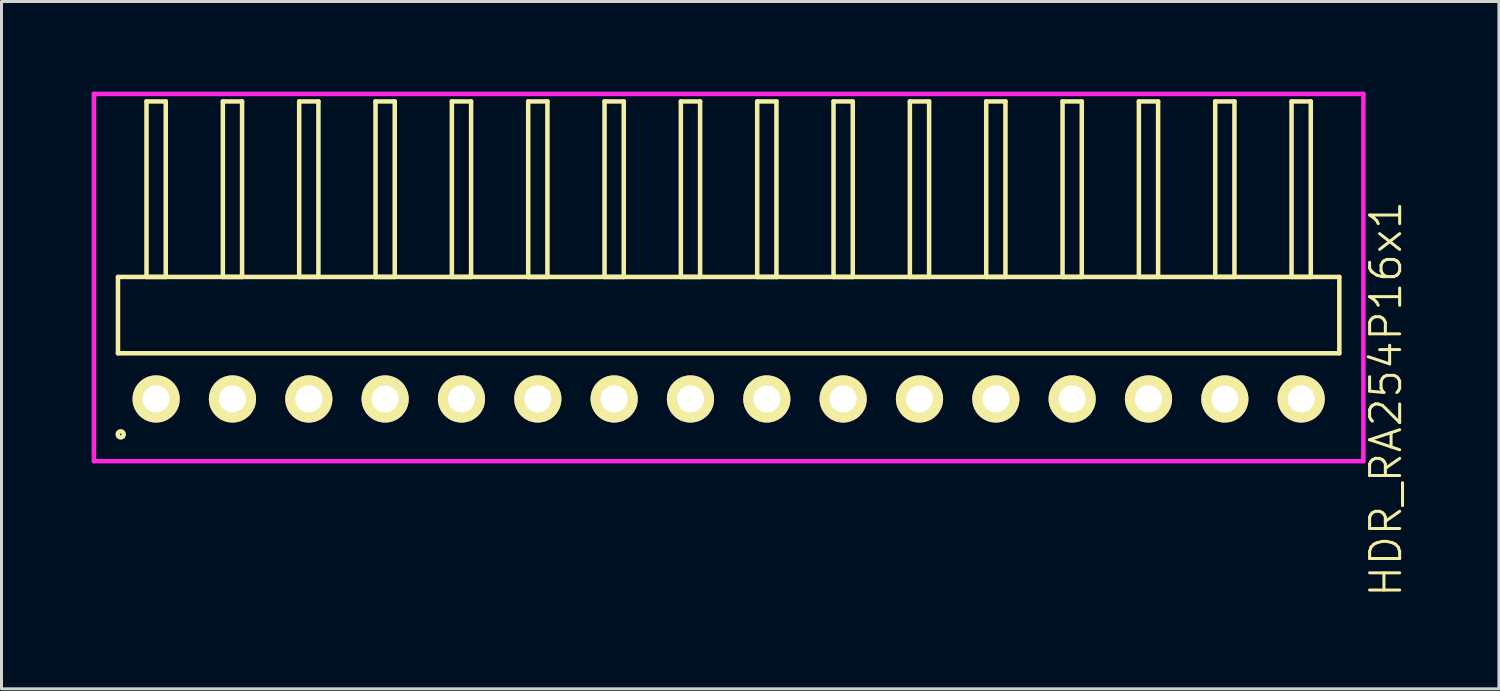
<source format=kicad_pcb>
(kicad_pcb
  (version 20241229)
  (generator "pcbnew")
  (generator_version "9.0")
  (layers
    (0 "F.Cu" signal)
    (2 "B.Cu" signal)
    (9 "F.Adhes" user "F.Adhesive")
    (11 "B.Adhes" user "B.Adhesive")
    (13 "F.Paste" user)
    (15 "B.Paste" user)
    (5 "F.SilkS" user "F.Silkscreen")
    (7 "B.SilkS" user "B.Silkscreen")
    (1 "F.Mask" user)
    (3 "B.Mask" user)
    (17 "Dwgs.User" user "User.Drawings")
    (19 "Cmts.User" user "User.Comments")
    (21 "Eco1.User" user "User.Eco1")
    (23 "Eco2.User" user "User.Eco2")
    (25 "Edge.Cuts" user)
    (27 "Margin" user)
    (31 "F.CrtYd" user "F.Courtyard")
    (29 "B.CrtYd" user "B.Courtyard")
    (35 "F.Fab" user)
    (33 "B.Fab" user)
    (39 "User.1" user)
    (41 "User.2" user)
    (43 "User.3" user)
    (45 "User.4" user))
  (footprint "HDR_RA254P16x1"
    (layer "F.Cu")
    (at 21.195 10.225)
    (property "Reference" "HDR_RA254P16x1" (at 21.87 0 90) (layer "F.SilkS") (effects (font (size 1 1) (thickness 0.1))))
    (attr through_hole)
    (fp_line (start -20.32 -4.06) (end -20.32 -1.52) (stroke (width 0.15) (type solid)) (layer "F.SilkS"))
    (fp_line (start -20.32 -1.52) (end 20.32 -1.52) (stroke (width 0.15) (type solid)) (layer "F.SilkS"))
    (fp_line (start -19.37 -9.9) (end -19.37 -4.06) (stroke (width 0.15) (type solid)) (layer "F.SilkS"))
    (fp_line (start -19.37 -4.06) (end -18.73 -4.06) (stroke (width 0.15) (type solid)) (layer "F.SilkS"))
    (fp_line (start -18.73 -9.9) (end -19.37 -9.9) (stroke (width 0.15) (type solid)) (layer "F.SilkS"))
    (fp_line (start -18.73 -4.06) (end -18.73 -9.9) (stroke (width 0.15) (type solid)) (layer "F.SilkS"))
    (fp_line (start -16.83 -9.9) (end -16.83 -4.06) (stroke (width 0.15) (type solid)) (layer "F.SilkS"))
    (fp_line (start -16.83 -4.06) (end -16.19 -4.06) (stroke (width 0.15) (type solid)) (layer "F.SilkS"))
    (fp_line (start -16.19 -9.9) (end -16.83 -9.9) (stroke (width 0.15) (type solid)) (layer "F.SilkS"))
    (fp_line (start -16.19 -4.06) (end -16.19 -9.9) (stroke (width 0.15) (type solid)) (layer "F.SilkS"))
    (fp_line (start -14.29 -9.9) (end -14.29 -4.06) (stroke (width 0.15) (type solid)) (layer "F.SilkS"))
    (fp_line (start -14.29 -4.06) (end -13.65 -4.06) (stroke (width 0.15) (type solid)) (layer "F.SilkS"))
    (fp_line (start -13.65 -9.9) (end -14.29 -9.9) (stroke (width 0.15) (type solid)) (layer "F.SilkS"))
    (fp_line (start -13.65 -4.06) (end -13.65 -9.9) (stroke (width 0.15) (type solid)) (layer "F.SilkS"))
    (fp_line (start -11.75 -9.9) (end -11.75 -4.06) (stroke (width 0.15) (type solid)) (layer "F.SilkS"))
    (fp_line (start -11.75 -4.06) (end -11.11 -4.06) (stroke (width 0.15) (type solid)) (layer "F.SilkS"))
    (fp_line (start -11.11 -9.9) (end -11.75 -9.9) (stroke (width 0.15) (type solid)) (layer "F.SilkS"))
    (fp_line (start -11.11 -4.06) (end -11.11 -9.9) (stroke (width 0.15) (type solid)) (layer "F.SilkS"))
    (fp_line (start -9.21 -9.9) (end -9.21 -4.06) (stroke (width 0.15) (type solid)) (layer "F.SilkS"))
    (fp_line (start -9.21 -4.06) (end -8.57 -4.06) (stroke (width 0.15) (type solid)) (layer "F.SilkS"))
    (fp_line (start -8.57 -9.9) (end -9.21 -9.9) (stroke (width 0.15) (type solid)) (layer "F.SilkS"))
    (fp_line (start -8.57 -4.06) (end -8.57 -9.9) (stroke (width 0.15) (type solid)) (layer "F.SilkS"))
    (fp_line (start -6.67 -9.9) (end -6.67 -4.06) (stroke (width 0.15) (type solid)) (layer "F.SilkS"))
    (fp_line (start -6.67 -4.06) (end -6.03 -4.06) (stroke (width 0.15) (type solid)) (layer "F.SilkS"))
    (fp_line (start -6.03 -9.9) (end -6.67 -9.9) (stroke (width 0.15) (type solid)) (layer "F.SilkS"))
    (fp_line (start -6.03 -4.06) (end -6.03 -9.9) (stroke (width 0.15) (type solid)) (layer "F.SilkS"))
    (fp_line (start -4.13 -9.9) (end -4.13 -4.06) (stroke (width 0.15) (type solid)) (layer "F.SilkS"))
    (fp_line (start -4.13 -4.06) (end -3.49 -4.06) (stroke (width 0.15) (type solid)) (layer "F.SilkS"))
    (fp_line (start -3.49 -9.9) (end -4.13 -9.9) (stroke (width 0.15) (type solid)) (layer "F.SilkS"))
    (fp_line (start -3.49 -4.06) (end -3.49 -9.9) (stroke (width 0.15) (type solid)) (layer "F.SilkS"))
    (fp_line (start -1.59 -9.9) (end -1.59 -4.06) (stroke (width 0.15) (type solid)) (layer "F.SilkS"))
    (fp_line (start -1.59 -4.06) (end -0.95 -4.06) (stroke (width 0.15) (type solid)) (layer "F.SilkS"))
    (fp_line (start -0.95 -9.9) (end -1.59 -9.9) (stroke (width 0.15) (type solid)) (layer "F.SilkS"))
    (fp_line (start -0.95 -4.06) (end -0.95 -9.9) (stroke (width 0.15) (type solid)) (layer "F.SilkS"))
    (fp_line (start 0.95 -9.9) (end 0.95 -4.06) (stroke (width 0.15) (type solid)) (layer "F.SilkS"))
    (fp_line (start 0.95 -4.06) (end 1.59 -4.06) (stroke (width 0.15) (type solid)) (layer "F.SilkS"))
    (fp_line (start 1.59 -9.9) (end 0.95 -9.9) (stroke (width 0.15) (type solid)) (layer "F.SilkS"))
    (fp_line (start 1.59 -4.06) (end 1.59 -9.9) (stroke (width 0.15) (type solid)) (layer "F.SilkS"))
    (fp_line (start 3.49 -9.9) (end 3.49 -4.06) (stroke (width 0.15) (type solid)) (layer "F.SilkS"))
    (fp_line (start 3.49 -4.06) (end 4.13 -4.06) (stroke (width 0.15) (type solid)) (layer "F.SilkS"))
    (fp_line (start 4.13 -9.9) (end 3.49 -9.9) (stroke (width 0.15) (type solid)) (layer "F.SilkS"))
    (fp_line (start 4.13 -4.06) (end 4.13 -9.9) (stroke (width 0.15) (type solid)) (layer "F.SilkS"))
    (fp_line (start 6.03 -9.9) (end 6.03 -4.06) (stroke (width 0.15) (type solid)) (layer "F.SilkS"))
    (fp_line (start 6.03 -4.06) (end 6.67 -4.06) (stroke (width 0.15) (type solid)) (layer "F.SilkS"))
    (fp_line (start 6.67 -9.9) (end 6.03 -9.9) (stroke (width 0.15) (type solid)) (layer "F.SilkS"))
    (fp_line (start 6.67 -4.06) (end 6.67 -9.9) (stroke (width 0.15) (type solid)) (layer "F.SilkS"))
    (fp_line (start 8.57 -9.9) (end 8.57 -4.06) (stroke (width 0.15) (type solid)) (layer "F.SilkS"))
    (fp_line (start 8.57 -4.06) (end 9.21 -4.06) (stroke (width 0.15) (type solid)) (layer "F.SilkS"))
    (fp_line (start 9.21 -9.9) (end 8.57 -9.9) (stroke (width 0.15) (type solid)) (layer "F.SilkS"))
    (fp_line (start 9.21 -4.06) (end 9.21 -9.9) (stroke (width 0.15) (type solid)) (layer "F.SilkS"))
    (fp_line (start 11.11 -9.9) (end 11.11 -4.06) (stroke (width 0.15) (type solid)) (layer "F.SilkS"))
    (fp_line (start 11.11 -4.06) (end 11.75 -4.06) (stroke (width 0.15) (type solid)) (layer "F.SilkS"))
    (fp_line (start 11.75 -9.9) (end 11.11 -9.9) (stroke (width 0.15) (type solid)) (layer "F.SilkS"))
    (fp_line (start 11.75 -4.06) (end 11.75 -9.9) (stroke (width 0.15) (type solid)) (layer "F.SilkS"))
    (fp_line (start 13.65 -9.9) (end 13.65 -4.06) (stroke (width 0.15) (type solid)) (layer "F.SilkS"))
    (fp_line (start 13.65 -4.06) (end 14.29 -4.06) (stroke (width 0.15) (type solid)) (layer "F.SilkS"))
    (fp_line (start 14.29 -9.9) (end 13.65 -9.9) (stroke (width 0.15) (type solid)) (layer "F.SilkS"))
    (fp_line (start 14.29 -4.06) (end 14.29 -9.9) (stroke (width 0.15) (type solid)) (layer "F.SilkS"))
    (fp_line (start 16.19 -9.9) (end 16.19 -4.06) (stroke (width 0.15) (type solid)) (layer "F.SilkS"))
    (fp_line (start 16.19 -4.06) (end 16.83 -4.06) (stroke (width 0.15) (type solid)) (layer "F.SilkS"))
    (fp_line (start 16.83 -9.9) (end 16.19 -9.9) (stroke (width 0.15) (type solid)) (layer "F.SilkS"))
    (fp_line (start 16.83 -4.06) (end 16.83 -9.9) (stroke (width 0.15) (type solid)) (layer "F.SilkS"))
    (fp_line (start 18.73 -9.9) (end 18.73 -4.06) (stroke (width 0.15) (type solid)) (layer "F.SilkS"))
    (fp_line (start 18.73 -4.06) (end 19.37 -4.06) (stroke (width 0.15) (type solid)) (layer "F.SilkS"))
    (fp_line (start 19.37 -9.9) (end 18.73 -9.9) (stroke (width 0.15) (type solid)) (layer "F.SilkS"))
    (fp_line (start 19.37 -4.06) (end 19.37 -9.9) (stroke (width 0.15) (type solid)) (layer "F.SilkS"))
    (fp_line (start 20.32 -4.06) (end -20.32 -4.06) (stroke (width 0.15) (type solid)) (layer "F.SilkS"))
    (fp_line (start 20.32 -1.52) (end 20.32 -4.06) (stroke (width 0.15) (type solid)) (layer "F.SilkS"))
    (fp_circle (center -20.228 1.178) (end -20.127 1.178) (stroke (width 0.15) (type solid)) (fill no) (layer "F.SilkS"))
    (fp_line (start -21.12 -10.15) (end -21.12 2.07) (stroke (width 0.15) (type solid)) (layer "F.CrtYd"))
    (fp_line (start -21.12 2.07) (end 21.12 2.07) (stroke (width 0.15) (type solid)) (layer "F.CrtYd"))
    (fp_line (start 21.12 -10.15) (end -21.12 -10.15) (stroke (width 0.15) (type solid)) (layer "F.CrtYd"))
    (fp_line (start 21.12 2.07) (end 21.12 -10.15) (stroke (width 0.15) (type solid)) (layer "F.CrtYd"))
    (pad "1" thru_hole oval (at -19.05 0) (size 1.57 1.57) (drill 0.9) (layers "*.Cu" "*.Mask" "F.SilkS"))
    (pad "2" thru_hole oval (at -16.51 0) (size 1.57 1.57) (drill 0.9) (layers "*.Cu" "*.Mask" "F.SilkS"))
    (pad "3" thru_hole oval (at -13.97 0) (size 1.57 1.57) (drill 0.9) (layers "*.Cu" "*.Mask" "F.SilkS"))
    (pad "4" thru_hole oval (at -11.43 0) (size 1.57 1.57) (drill 0.9) (layers "*.Cu" "*.Mask" "F.SilkS"))
    (pad "5" thru_hole oval (at -8.89 0) (size 1.57 1.57) (drill 0.9) (layers "*.Cu" "*.Mask" "F.SilkS"))
    (pad "6" thru_hole oval (at -6.35 0) (size 1.57 1.57) (drill 0.9) (layers "*.Cu" "*.Mask" "F.SilkS"))
    (pad "7" thru_hole oval (at -3.81 0) (size 1.57 1.57) (drill 0.9) (layers "*.Cu" "*.Mask" "F.SilkS"))
    (pad "8" thru_hole oval (at -1.27 0) (size 1.57 1.57) (drill 0.9) (layers "*.Cu" "*.Mask" "F.SilkS"))
    (pad "9" thru_hole oval (at 1.27 0) (size 1.57 1.57) (drill 0.9) (layers "*.Cu" "*.Mask" "F.SilkS"))
    (pad "10" thru_hole oval (at 3.81 0) (size 1.57 1.57) (drill 0.9) (layers "*.Cu" "*.Mask" "F.SilkS"))
    (pad "11" thru_hole oval (at 6.35 0) (size 1.57 1.57) (drill 0.9) (layers "*.Cu" "*.Mask" "F.SilkS"))
    (pad "12" thru_hole oval (at 8.89 0) (size 1.57 1.57) (drill 0.9) (layers "*.Cu" "*.Mask" "F.SilkS"))
    (pad "13" thru_hole oval (at 11.43 0) (size 1.57 1.57) (drill 0.9) (layers "*.Cu" "*.Mask" "F.SilkS"))
    (pad "14" thru_hole oval (at 13.97 0) (size 1.57 1.57) (drill 0.9) (layers "*.Cu" "*.Mask" "F.SilkS"))
    (pad "15" thru_hole oval (at 16.51 0) (size 1.57 1.57) (drill 0.9) (layers "*.Cu" "*.Mask" "F.SilkS"))
    (pad "16" thru_hole oval (at 19.05 0) (size 1.57 1.57) (drill 0.9) (layers "*.Cu" "*.Mask" "F.SilkS")))
  (gr_rect
    (start -3 -3)
    (end 46.825 19.87)
    (stroke (width 0.1) (type default))
    (fill no)
    (layer "Edge.Cuts")))
</source>
